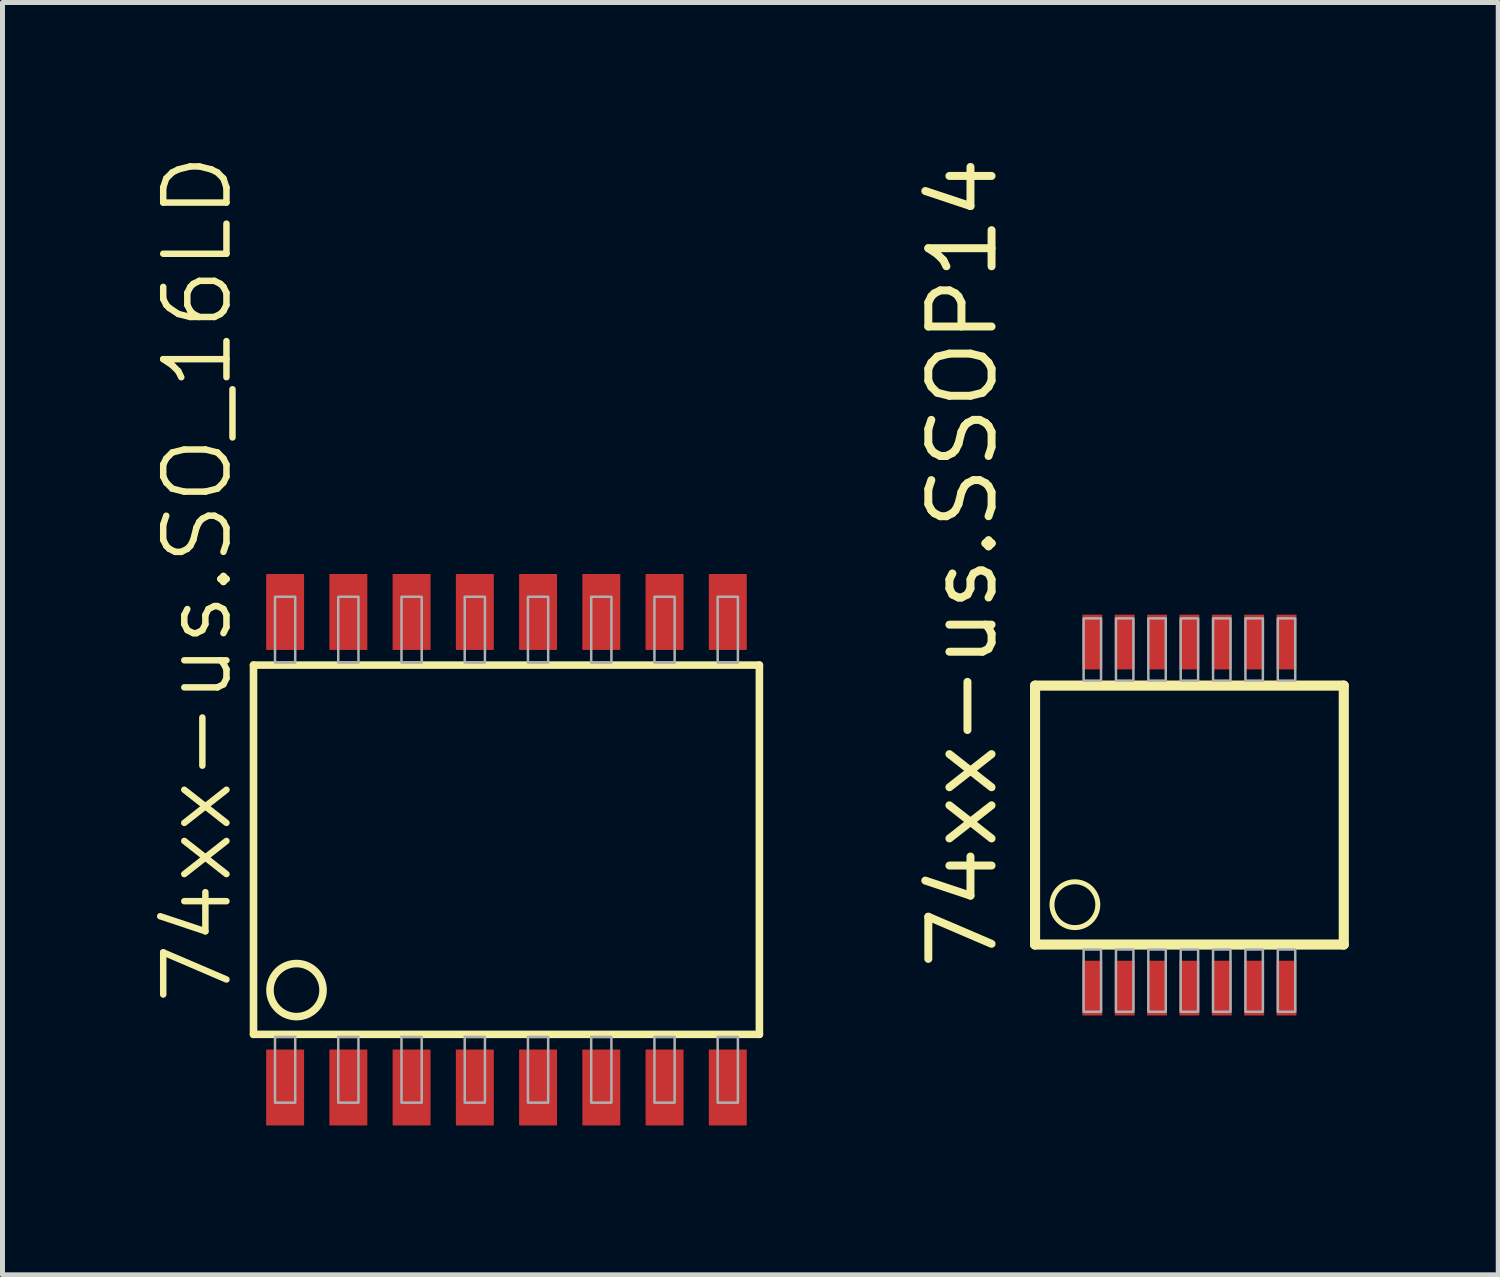
<source format=kicad_pcb>
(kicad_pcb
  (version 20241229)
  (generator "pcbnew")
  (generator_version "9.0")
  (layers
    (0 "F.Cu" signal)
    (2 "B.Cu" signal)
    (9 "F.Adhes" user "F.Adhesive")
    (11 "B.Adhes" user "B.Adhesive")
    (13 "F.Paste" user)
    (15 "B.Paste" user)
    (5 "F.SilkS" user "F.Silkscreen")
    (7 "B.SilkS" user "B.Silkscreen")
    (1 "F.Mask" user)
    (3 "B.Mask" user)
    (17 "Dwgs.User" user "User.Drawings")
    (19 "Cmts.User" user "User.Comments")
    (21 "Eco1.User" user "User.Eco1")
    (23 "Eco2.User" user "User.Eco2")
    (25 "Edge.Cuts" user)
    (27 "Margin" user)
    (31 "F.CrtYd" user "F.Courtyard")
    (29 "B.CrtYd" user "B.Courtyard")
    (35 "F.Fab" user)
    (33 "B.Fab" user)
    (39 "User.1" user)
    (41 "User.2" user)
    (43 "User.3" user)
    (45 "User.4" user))
  (footprint "74xx-us.SSOP14"
    (layer "F.Cu")
    (at 20.837 13.319)
    (property "Reference" "74xx-us.SSOP14" (at -3.81 3.175 90) (layer "F.SilkS") (effects (font (size 1.27 1.27) (thickness 0.16)) (justify left bottom)))
    (attr smd)
    (fp_rect (start -2.2 -2.875) (end -1.7 -4.075) (stroke (width 0.05) (type default)) (fill yes) (layer "F.Mask"))
    (fp_rect (start -2.2 4.075) (end -1.7 2.875) (stroke (width 0.05) (type default)) (fill yes) (layer "F.Mask"))
    (fp_rect (start -1.55 -2.875) (end -1.05 -4.075) (stroke (width 0.05) (type default)) (fill yes) (layer "F.Mask"))
    (fp_rect (start -1.55 4.075) (end -1.05 2.875) (stroke (width 0.05) (type default)) (fill yes) (layer "F.Mask"))
    (fp_rect (start -0.9 -2.875) (end -0.4 -4.075) (stroke (width 0.05) (type default)) (fill yes) (layer "F.Mask"))
    (fp_rect (start -0.9 4.075) (end -0.4 2.875) (stroke (width 0.05) (type default)) (fill yes) (layer "F.Mask"))
    (fp_rect (start -0.25 -2.875) (end 0.25 -4.075) (stroke (width 0.05) (type default)) (fill yes) (layer "F.Mask"))
    (fp_rect (start -0.25 4.075) (end 0.25 2.875) (stroke (width 0.05) (type default)) (fill yes) (layer "F.Mask"))
    (fp_rect (start 0.4 -2.875) (end 0.9 -4.075) (stroke (width 0.05) (type default)) (fill yes) (layer "F.Mask"))
    (fp_rect (start 0.4 4.075) (end 0.9 2.875) (stroke (width 0.05) (type default)) (fill yes) (layer "F.Mask"))
    (fp_rect (start 1.05 -2.875) (end 1.55 -4.075) (stroke (width 0.05) (type default)) (fill yes) (layer "F.Mask"))
    (fp_rect (start 1.05 4.075) (end 1.55 2.875) (stroke (width 0.05) (type default)) (fill yes) (layer "F.Mask"))
    (fp_rect (start 1.7 -2.875) (end 2.2 -4.075) (stroke (width 0.05) (type default)) (fill yes) (layer "F.Mask"))
    (fp_rect (start 1.7 4.075) (end 2.2 2.875) (stroke (width 0.05) (type default)) (fill yes) (layer "F.Mask"))
    (fp_line (start -3.1 -2.6) (end 3.1 -2.6) (stroke (width 0.203) (type default)) (layer "F.SilkS"))
    (fp_line (start -3.1 2.6) (end -3.1 -2.6) (stroke (width 0.203) (type default)) (layer "F.SilkS"))
    (fp_line (start 3.1 -2.6) (end 3.1 2.6) (stroke (width 0.203) (type default)) (layer "F.SilkS"))
    (fp_line (start 3.1 2.6) (end -3.1 2.6) (stroke (width 0.203) (type default)) (layer "F.SilkS"))
    (fp_circle (center -2.3 1.8) (end -1.84 1.8) (stroke (width 0.1) (type default)) (fill no) (layer "F.SilkS"))
    (fp_rect (start -2.125 -2.7) (end -1.775 -3.95) (stroke (width 0.05) (type default)) (fill no) (layer "F.Fab"))
    (fp_rect (start -2.125 3.95) (end -1.775 2.7) (stroke (width 0.05) (type default)) (fill no) (layer "F.Fab"))
    (fp_rect (start -1.475 -2.7) (end -1.125 -3.95) (stroke (width 0.05) (type default)) (fill no) (layer "F.Fab"))
    (fp_rect (start -1.475 3.95) (end -1.125 2.7) (stroke (width 0.05) (type default)) (fill no) (layer "F.Fab"))
    (fp_rect (start -0.825 -2.7) (end -0.475 -3.95) (stroke (width 0.05) (type default)) (fill no) (layer "F.Fab"))
    (fp_rect (start -0.825 3.95) (end -0.475 2.7) (stroke (width 0.05) (type default)) (fill no) (layer "F.Fab"))
    (fp_rect (start -0.175 -2.7) (end 0.175 -3.95) (stroke (width 0.05) (type default)) (fill no) (layer "F.Fab"))
    (fp_rect (start -0.175 3.95) (end 0.175 2.7) (stroke (width 0.05) (type default)) (fill no) (layer "F.Fab"))
    (fp_rect (start 0.475 -2.7) (end 0.825 -3.95) (stroke (width 0.05) (type default)) (fill no) (layer "F.Fab"))
    (fp_rect (start 0.475 3.95) (end 0.825 2.7) (stroke (width 0.05) (type default)) (fill no) (layer "F.Fab"))
    (fp_rect (start 1.125 -2.7) (end 1.475 -3.95) (stroke (width 0.05) (type default)) (fill no) (layer "F.Fab"))
    (fp_rect (start 1.125 3.95) (end 1.475 2.7) (stroke (width 0.05) (type default)) (fill no) (layer "F.Fab"))
    (fp_rect (start 1.775 -2.7) (end 2.125 -3.95) (stroke (width 0.05) (type default)) (fill no) (layer "F.Fab"))
    (fp_rect (start 1.775 3.95) (end 2.125 2.7) (stroke (width 0.05) (type default)) (fill no) (layer "F.Fab"))
    (pad "1" smd roundrect (at -1.95 3.475) (size 0.4 1.1) (layers "F.Cu" "F.Mask" "F.Paste") (roundrect_rratio 0.01))
    (pad "2" smd roundrect (at -1.3 3.475) (size 0.4 1.1) (layers "F.Cu" "F.Mask" "F.Paste") (roundrect_rratio 0.01))
    (pad "3" smd roundrect (at -0.65 3.475) (size 0.4 1.1) (layers "F.Cu" "F.Mask" "F.Paste") (roundrect_rratio 0.01))
    (pad "4" smd roundrect (at 0 3.475) (size 0.4 1.1) (layers "F.Cu" "F.Mask" "F.Paste") (roundrect_rratio 0.01))
    (pad "5" smd roundrect (at 0.65 3.475) (size 0.4 1.1) (layers "F.Cu" "F.Mask" "F.Paste") (roundrect_rratio 0.01))
    (pad "6" smd roundrect (at 1.3 3.475) (size 0.4 1.1) (layers "F.Cu" "F.Mask" "F.Paste") (roundrect_rratio 0.01))
    (pad "7" smd roundrect (at 1.95 3.475) (size 0.4 1.1) (layers "F.Cu" "F.Mask" "F.Paste") (roundrect_rratio 0.01))
    (pad "8" smd roundrect (at 1.95 -3.475 180) (size 0.4 1.1) (layers "F.Cu" "F.Mask" "F.Paste") (roundrect_rratio 0.01))
    (pad "9" smd roundrect (at 1.3 -3.475 180) (size 0.4 1.1) (layers "F.Cu" "F.Mask" "F.Paste") (roundrect_rratio 0.01))
    (pad "10" smd roundrect (at 0.65 -3.475 180) (size 0.4 1.1) (layers "F.Cu" "F.Mask" "F.Paste") (roundrect_rratio 0.01))
    (pad "11" smd roundrect (at 0 -3.475 180) (size 0.4 1.1) (layers "F.Cu" "F.Mask" "F.Paste") (roundrect_rratio 0.01))
    (pad "12" smd roundrect (at -0.65 -3.475 180) (size 0.4 1.1) (layers "F.Cu" "F.Mask" "F.Paste") (roundrect_rratio 0.01))
    (pad "13" smd roundrect (at -1.3 -3.475 180) (size 0.4 1.1) (layers "F.Cu" "F.Mask" "F.Paste") (roundrect_rratio 0.01))
    (pad "14" smd roundrect (at -1.95 -3.475 180) (size 0.4 1.1) (layers "F.Cu" "F.Mask" "F.Paste") (roundrect_rratio 0.01)))
  (footprint "74xx-us.SO_16LD"
    (layer "F.Cu")
    (at 7.121 14.015)
    (property "Reference" "74xx-us.SO_16LD" (at -5.461 3.175 90) (layer "F.SilkS") (effects (font (size 1.27 1.27) (thickness 0.13)) (justify left bottom)))
    (attr smd)
    (fp_line (start -5.08 -3.708) (end -5.08 3.708) (stroke (width 0.152) (type default)) (layer "F.SilkS"))
    (fp_line (start -5.08 3.708) (end 5.08 3.708) (stroke (width 0.152) (type default)) (layer "F.SilkS"))
    (fp_line (start 5.08 -3.708) (end -5.08 -3.708) (stroke (width 0.152) (type default)) (layer "F.SilkS"))
    (fp_line (start 5.08 3.708) (end 5.08 -3.708) (stroke (width 0.152) (type default)) (layer "F.SilkS"))
    (fp_circle (center -4.216 2.819) (end -3.683 2.819) (stroke (width 0.152) (type default)) (fill no) (layer "F.SilkS"))
    (fp_rect (start -4.648 -3.759) (end -4.242 -5.08) (stroke (width 0.05) (type default)) (fill no) (layer "F.Fab"))
    (fp_rect (start -4.648 5.08) (end -4.242 3.759) (stroke (width 0.05) (type default)) (fill no) (layer "F.Fab"))
    (fp_rect (start -3.378 -3.759) (end -2.972 -5.08) (stroke (width 0.05) (type default)) (fill no) (layer "F.Fab"))
    (fp_rect (start -3.378 5.08) (end -2.972 3.759) (stroke (width 0.05) (type default)) (fill no) (layer "F.Fab"))
    (fp_rect (start -2.108 -3.759) (end -1.702 -5.08) (stroke (width 0.05) (type default)) (fill no) (layer "F.Fab"))
    (fp_rect (start -2.108 5.08) (end -1.702 3.759) (stroke (width 0.05) (type default)) (fill no) (layer "F.Fab"))
    (fp_rect (start -0.838 -3.759) (end -0.432 -5.08) (stroke (width 0.05) (type default)) (fill no) (layer "F.Fab"))
    (fp_rect (start -0.838 5.08) (end -0.432 3.759) (stroke (width 0.05) (type default)) (fill no) (layer "F.Fab"))
    (fp_rect (start 0.432 -3.759) (end 0.838 -5.08) (stroke (width 0.05) (type default)) (fill no) (layer "F.Fab"))
    (fp_rect (start 0.432 5.08) (end 0.838 3.759) (stroke (width 0.05) (type default)) (fill no) (layer "F.Fab"))
    (fp_rect (start 1.702 -3.759) (end 2.108 -5.08) (stroke (width 0.05) (type default)) (fill no) (layer "F.Fab"))
    (fp_rect (start 1.702 5.08) (end 2.108 3.759) (stroke (width 0.05) (type default)) (fill no) (layer "F.Fab"))
    (fp_rect (start 2.972 -3.759) (end 3.378 -5.08) (stroke (width 0.05) (type default)) (fill no) (layer "F.Fab"))
    (fp_rect (start 2.972 5.08) (end 3.378 3.759) (stroke (width 0.05) (type default)) (fill no) (layer "F.Fab"))
    (fp_rect (start 4.242 -3.759) (end 4.648 -5.08) (stroke (width 0.05) (type default)) (fill no) (layer "F.Fab"))
    (fp_rect (start 4.242 5.08) (end 4.648 3.759) (stroke (width 0.05) (type default)) (fill no) (layer "F.Fab"))
    (pad "1" smd roundrect (at -4.445 4.775) (size 0.762 1.524) (layers "F.Cu" "F.Mask" "F.Paste") (roundrect_rratio 0.01))
    (pad "2" smd roundrect (at -3.175 4.775) (size 0.762 1.524) (layers "F.Cu" "F.Mask" "F.Paste") (roundrect_rratio 0.01))
    (pad "3" smd roundrect (at -1.905 4.775) (size 0.762 1.524) (layers "F.Cu" "F.Mask" "F.Paste") (roundrect_rratio 0.01))
    (pad "4" smd roundrect (at -0.635 4.775) (size 0.762 1.524) (layers "F.Cu" "F.Mask" "F.Paste") (roundrect_rratio 0.01))
    (pad "5" smd roundrect (at 0.635 4.775) (size 0.762 1.524) (layers "F.Cu" "F.Mask" "F.Paste") (roundrect_rratio 0.01))
    (pad "6" smd roundrect (at 1.905 4.775) (size 0.762 1.524) (layers "F.Cu" "F.Mask" "F.Paste") (roundrect_rratio 0.01))
    (pad "7" smd roundrect (at 3.175 4.775) (size 0.762 1.524) (layers "F.Cu" "F.Mask" "F.Paste") (roundrect_rratio 0.01))
    (pad "8" smd roundrect (at 4.445 4.775) (size 0.762 1.524) (layers "F.Cu" "F.Mask" "F.Paste") (roundrect_rratio 0.01))
    (pad "9" smd roundrect (at 4.445 -4.775) (size 0.762 1.524) (layers "F.Cu" "F.Mask" "F.Paste") (roundrect_rratio 0.01))
    (pad "10" smd roundrect (at 3.175 -4.775) (size 0.762 1.524) (layers "F.Cu" "F.Mask" "F.Paste") (roundrect_rratio 0.01))
    (pad "11" smd roundrect (at 1.905 -4.775) (size 0.762 1.524) (layers "F.Cu" "F.Mask" "F.Paste") (roundrect_rratio 0.01))
    (pad "12" smd roundrect (at 0.635 -4.775) (size 0.762 1.524) (layers "F.Cu" "F.Mask" "F.Paste") (roundrect_rratio 0.01))
    (pad "13" smd roundrect (at -0.635 -4.775) (size 0.762 1.524) (layers "F.Cu" "F.Mask" "F.Paste") (roundrect_rratio 0.01))
    (pad "14" smd roundrect (at -1.905 -4.775) (size 0.762 1.524) (layers "F.Cu" "F.Mask" "F.Paste") (roundrect_rratio 0.01))
    (pad "15" smd roundrect (at -3.175 -4.775) (size 0.762 1.524) (layers "F.Cu" "F.Mask" "F.Paste") (roundrect_rratio 0.01))
    (pad "16" smd roundrect (at -4.445 -4.775) (size 0.762 1.524) (layers "F.Cu" "F.Mask" "F.Paste") (roundrect_rratio 0.01)))
  (gr_rect
    (start -3 -3)
    (end 27.039 22.552)
    (stroke (width 0.1) (type default))
    (fill no)
    (layer "Edge.Cuts")))
</source>
